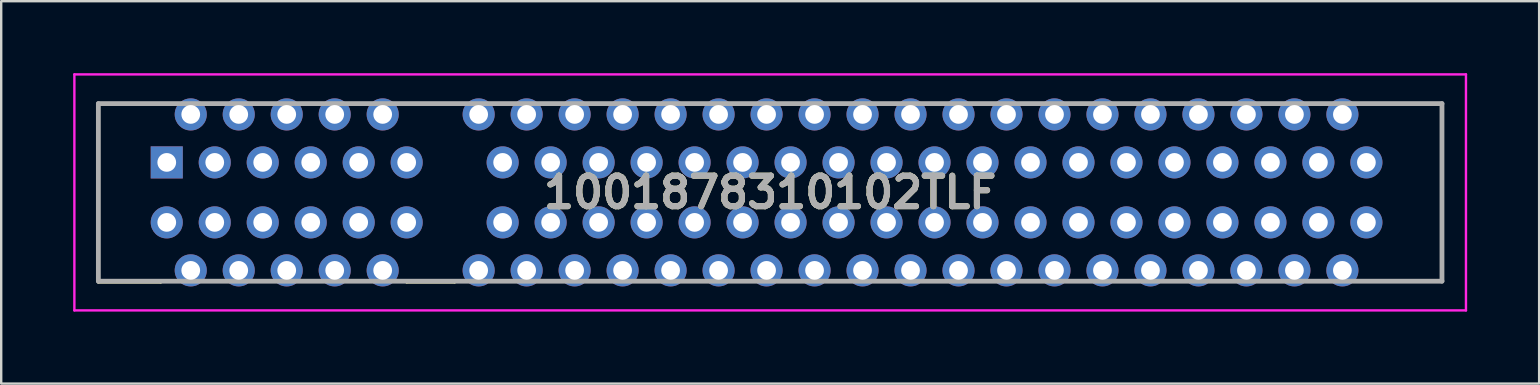
<source format=kicad_pcb>
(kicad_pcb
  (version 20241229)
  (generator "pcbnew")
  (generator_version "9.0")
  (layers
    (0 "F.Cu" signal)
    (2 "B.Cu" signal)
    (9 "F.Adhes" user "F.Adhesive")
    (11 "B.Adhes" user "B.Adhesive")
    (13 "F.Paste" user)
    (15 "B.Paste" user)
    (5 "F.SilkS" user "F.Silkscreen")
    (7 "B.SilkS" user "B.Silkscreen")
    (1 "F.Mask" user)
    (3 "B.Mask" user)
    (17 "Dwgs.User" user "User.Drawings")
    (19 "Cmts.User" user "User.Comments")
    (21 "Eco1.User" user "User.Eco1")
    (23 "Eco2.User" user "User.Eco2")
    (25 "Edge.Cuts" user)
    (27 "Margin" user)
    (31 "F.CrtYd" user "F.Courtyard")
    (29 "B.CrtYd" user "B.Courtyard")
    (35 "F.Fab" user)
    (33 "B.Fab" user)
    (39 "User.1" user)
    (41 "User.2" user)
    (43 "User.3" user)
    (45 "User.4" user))
  (footprint "1001878310102TLF"
    (layer "F.Cu")
    (at 3.9 3.719)
    (property "Reference" "1001878310102TLF" (at 25.15 1.25 0) (layer "F.SilkS") (effects (font (size 1.27 1.27) (thickness 0.254))))
    (attr through_hole)
    (fp_line (start -2.85 -2.45) (end -2.85 -2.45) (stroke (width 0.1) (type solid)) (layer "F.SilkS"))
    (fp_line (start -2.85 -2.45) (end -2.85 -2.45) (stroke (width 0.1) (type solid)) (layer "F.SilkS"))
    (fp_line (start -2.85 -2.45) (end -2.85 4.95) (stroke (width 0.1) (type solid)) (layer "F.SilkS"))
    (fp_line (start -2.85 -2.45) (end -0.5 -2.45) (stroke (width 0.1) (type solid)) (layer "F.SilkS"))
    (fp_line (start -2.85 4.95) (end -2.85 -2.45) (stroke (width 0.1) (type solid)) (layer "F.SilkS"))
    (fp_line (start -2.85 4.95) (end -2.85 4.95) (stroke (width 0.1) (type solid)) (layer "F.SilkS"))
    (fp_line (start -2.85 4.95) (end -0.25 4.95) (stroke (width 0.1) (type solid)) (layer "F.SilkS"))
    (fp_line (start -2.85 5) (end -2.85 4.95) (stroke (width 0.1) (type solid)) (layer "F.SilkS"))
    (fp_line (start -0.5 -2.45) (end -2.85 -2.45) (stroke (width 0.1) (type solid)) (layer "F.SilkS"))
    (fp_line (start -0.5 -2.45) (end -0.5 -2.45) (stroke (width 0.1) (type solid)) (layer "F.SilkS"))
    (fp_line (start -0.25 4.95) (end -0.25 5) (stroke (width 0.1) (type solid)) (layer "F.SilkS"))
    (fp_line (start -0.25 5) (end -2.85 5) (stroke (width 0.1) (type solid)) (layer "F.SilkS"))
    (fp_line (start 10 4.95) (end 10 5) (stroke (width 0.1) (type solid)) (layer "F.SilkS"))
    (fp_line (start 10 5) (end 12 5) (stroke (width 0.1) (type solid)) (layer "F.SilkS"))
    (fp_line (start 10.25 -2.45) (end 10.25 -2.45) (stroke (width 0.1) (type solid)) (layer "F.SilkS"))
    (fp_line (start 10.25 -2.45) (end 12 -2.45) (stroke (width 0.1) (type solid)) (layer "F.SilkS"))
    (fp_line (start 12 -2.45) (end 10.25 -2.45) (stroke (width 0.1) (type solid)) (layer "F.SilkS"))
    (fp_line (start 12 -2.45) (end 12 -2.45) (stroke (width 0.1) (type solid)) (layer "F.SilkS"))
    (fp_line (start 12 4.95) (end 10 4.95) (stroke (width 0.1) (type solid)) (layer "F.SilkS"))
    (fp_line (start 12 5) (end 12 4.95) (stroke (width 0.1) (type solid)) (layer "F.SilkS"))
    (fp_line (start 50 -2.45) (end 50 -2.45) (stroke (width 0.1) (type solid)) (layer "F.SilkS"))
    (fp_line (start 50 -2.45) (end 53.15 -2.45) (stroke (width 0.1) (type solid)) (layer "F.SilkS"))
    (fp_line (start 50 4.95) (end 50 4.95) (stroke (width 0.1) (type solid)) (layer "F.SilkS"))
    (fp_line (start 50 4.95) (end 53.15 4.95) (stroke (width 0.1) (type solid)) (layer "F.SilkS"))
    (fp_line (start 53.15 -2.45) (end 50 -2.45) (stroke (width 0.1) (type solid)) (layer "F.SilkS"))
    (fp_line (start 53.15 -2.45) (end 53.15 -2.45) (stroke (width 0.1) (type solid)) (layer "F.SilkS"))
    (fp_line (start 53.15 -2.45) (end 53.15 -2.45) (stroke (width 0.1) (type solid)) (layer "F.SilkS"))
    (fp_line (start 53.15 -2.45) (end 53.15 0.25) (stroke (width 0.1) (type solid)) (layer "F.SilkS"))
    (fp_line (start 53.15 0.25) (end 53.15 -2.45) (stroke (width 0.1) (type solid)) (layer "F.SilkS"))
    (fp_line (start 53.15 0.25) (end 53.15 0.25) (stroke (width 0.1) (type solid)) (layer "F.SilkS"))
    (fp_line (start 53.15 2.5) (end 53.15 2.5) (stroke (width 0.1) (type solid)) (layer "F.SilkS"))
    (fp_line (start 53.15 2.5) (end 53.15 4.95) (stroke (width 0.1) (type solid)) (layer "F.SilkS"))
    (fp_line (start 53.15 4.95) (end 50 4.95) (stroke (width 0.1) (type solid)) (layer "F.SilkS"))
    (fp_line (start 53.15 4.95) (end 53.15 2.5) (stroke (width 0.1) (type solid)) (layer "F.SilkS"))
    (fp_line (start 53.15 4.95) (end 53.15 4.95) (stroke (width 0.1) (type solid)) (layer "F.SilkS"))
    (fp_line (start 53.15 4.95) (end 53.15 4.95) (stroke (width 0.1) (type solid)) (layer "F.SilkS"))
    (fp_line (start -3.85 -3.669) (end 54.15 -3.669) (stroke (width 0.1) (type solid)) (layer "F.CrtYd"))
    (fp_line (start -3.85 6.169) (end -3.85 -3.669) (stroke (width 0.1) (type solid)) (layer "F.CrtYd"))
    (fp_line (start 54.15 -3.669) (end 54.15 6.169) (stroke (width 0.1) (type solid)) (layer "F.CrtYd"))
    (fp_line (start 54.15 6.169) (end -3.85 6.169) (stroke (width 0.1) (type solid)) (layer "F.CrtYd"))
    (fp_line (start -2.85 -2.45) (end -2.85 4.95) (stroke (width 0.2) (type solid)) (layer "F.Fab"))
    (fp_line (start -2.85 4.95) (end 53.15 4.95) (stroke (width 0.2) (type solid)) (layer "F.Fab"))
    (fp_line (start 53.15 -2.45) (end -2.85 -2.45) (stroke (width 0.2) (type solid)) (layer "F.Fab"))
    (fp_line (start 53.15 4.95) (end 53.15 -2.45) (stroke (width 0.2) (type solid)) (layer "F.Fab"))
    (fp_text user "${REFERENCE}" (at 25.15 1.25 0) (layer "F.Fab") (effects (font (size 1.27 1.27) (thickness 0.254))))
    (pad "" np_thru_hole circle (at 11.65 1.25) (size 0.001 0.001) (drill 2.4) (layers "*.Cu" "*.Mask"))
    (pad "" np_thru_hole circle (at 51.8 1.25) (size 0.001 0.001) (drill 2.4) (layers "*.Cu" "*.Mask"))
    (pad "A1" thru_hole rect (at 0 0) (size 1.337 1.337) (drill 0.78) (layers "*.Cu" "*.Mask"))
    (pad "A2" thru_hole circle (at 1 -2) (size 1.337 1.337) (drill 0.78) (layers "*.Cu" "*.Mask"))
    (pad "A3" thru_hole circle (at 2 0) (size 1.337 1.337) (drill 0.78) (layers "*.Cu" "*.Mask"))
    (pad "A4" thru_hole circle (at 3 -2) (size 1.337 1.337) (drill 0.78) (layers "*.Cu" "*.Mask"))
    (pad "A5" thru_hole circle (at 4 0) (size 1.337 1.337) (drill 0.78) (layers "*.Cu" "*.Mask"))
    (pad "A6" thru_hole circle (at 5 -2) (size 1.337 1.337) (drill 0.78) (layers "*.Cu" "*.Mask"))
    (pad "A7" thru_hole circle (at 6 0) (size 1.337 1.337) (drill 0.78) (layers "*.Cu" "*.Mask"))
    (pad "A8" thru_hole circle (at 7 -2) (size 1.337 1.337) (drill 0.78) (layers "*.Cu" "*.Mask"))
    (pad "A9" thru_hole circle (at 8 0) (size 1.337 1.337) (drill 0.78) (layers "*.Cu" "*.Mask"))
    (pad "A10" thru_hole circle (at 9 -2) (size 1.337 1.337) (drill 0.78) (layers "*.Cu" "*.Mask"))
    (pad "A11" thru_hole circle (at 10 0) (size 1.337 1.337) (drill 0.78) (layers "*.Cu" "*.Mask"))
    (pad "A12" thru_hole circle (at 13 -2) (size 1.337 1.337) (drill 0.78) (layers "*.Cu" "*.Mask"))
    (pad "A13" thru_hole circle (at 14 0) (size 1.337 1.337) (drill 0.78) (layers "*.Cu" "*.Mask"))
    (pad "A14" thru_hole circle (at 15 -2) (size 1.337 1.337) (drill 0.78) (layers "*.Cu" "*.Mask"))
    (pad "A15" thru_hole circle (at 16 0) (size 1.337 1.337) (drill 0.78) (layers "*.Cu" "*.Mask"))
    (pad "A16" thru_hole circle (at 17 -2) (size 1.337 1.337) (drill 0.78) (layers "*.Cu" "*.Mask"))
    (pad "A17" thru_hole circle (at 18 0) (size 1.337 1.337) (drill 0.78) (layers "*.Cu" "*.Mask"))
    (pad "A18" thru_hole circle (at 19 -2) (size 1.337 1.337) (drill 0.78) (layers "*.Cu" "*.Mask"))
    (pad "A19" thru_hole circle (at 20 0) (size 1.337 1.337) (drill 0.78) (layers "*.Cu" "*.Mask"))
    (pad "A20" thru_hole circle (at 21 -2) (size 1.337 1.337) (drill 0.78) (layers "*.Cu" "*.Mask"))
    (pad "A21" thru_hole circle (at 22 0) (size 1.337 1.337) (drill 0.78) (layers "*.Cu" "*.Mask"))
    (pad "A22" thru_hole circle (at 23 -2) (size 1.337 1.337) (drill 0.78) (layers "*.Cu" "*.Mask"))
    (pad "A23" thru_hole circle (at 24 0) (size 1.337 1.337) (drill 0.78) (layers "*.Cu" "*.Mask"))
    (pad "A24" thru_hole circle (at 25 -2) (size 1.337 1.337) (drill 0.78) (layers "*.Cu" "*.Mask"))
    (pad "A25" thru_hole circle (at 26 0) (size 1.337 1.337) (drill 0.78) (layers "*.Cu" "*.Mask"))
    (pad "A26" thru_hole circle (at 27 -2) (size 1.337 1.337) (drill 0.78) (layers "*.Cu" "*.Mask"))
    (pad "A27" thru_hole circle (at 28 0) (size 1.337 1.337) (drill 0.78) (layers "*.Cu" "*.Mask"))
    (pad "A28" thru_hole circle (at 29 -2) (size 1.337 1.337) (drill 0.78) (layers "*.Cu" "*.Mask"))
    (pad "A29" thru_hole circle (at 30 0) (size 1.337 1.337) (drill 0.78) (layers "*.Cu" "*.Mask"))
    (pad "A30" thru_hole circle (at 31 -2) (size 1.337 1.337) (drill 0.78) (layers "*.Cu" "*.Mask"))
    (pad "A31" thru_hole circle (at 32 0) (size 1.337 1.337) (drill 0.78) (layers "*.Cu" "*.Mask"))
    (pad "A32" thru_hole circle (at 33 -2) (size 1.337 1.337) (drill 0.78) (layers "*.Cu" "*.Mask"))
    (pad "A33" thru_hole circle (at 34 0) (size 1.337 1.337) (drill 0.78) (layers "*.Cu" "*.Mask"))
    (pad "A34" thru_hole circle (at 35 -2) (size 1.337 1.337) (drill 0.78) (layers "*.Cu" "*.Mask"))
    (pad "A35" thru_hole circle (at 36 0) (size 1.337 1.337) (drill 0.78) (layers "*.Cu" "*.Mask"))
    (pad "A36" thru_hole circle (at 37 -2) (size 1.337 1.337) (drill 0.78) (layers "*.Cu" "*.Mask"))
    (pad "A37" thru_hole circle (at 38 0) (size 1.337 1.337) (drill 0.78) (layers "*.Cu" "*.Mask"))
    (pad "A38" thru_hole circle (at 39 -2) (size 1.337 1.337) (drill 0.78) (layers "*.Cu" "*.Mask"))
    (pad "A39" thru_hole circle (at 40 0) (size 1.337 1.337) (drill 0.78) (layers "*.Cu" "*.Mask"))
    (pad "A40" thru_hole circle (at 41 -2) (size 1.337 1.337) (drill 0.78) (layers "*.Cu" "*.Mask"))
    (pad "A41" thru_hole circle (at 42 0) (size 1.337 1.337) (drill 0.78) (layers "*.Cu" "*.Mask"))
    (pad "A42" thru_hole circle (at 43 -2) (size 1.337 1.337) (drill 0.78) (layers "*.Cu" "*.Mask"))
    (pad "A43" thru_hole circle (at 44 0) (size 1.337 1.337) (drill 0.78) (layers "*.Cu" "*.Mask"))
    (pad "A44" thru_hole circle (at 45 -2) (size 1.337 1.337) (drill 0.78) (layers "*.Cu" "*.Mask"))
    (pad "A45" thru_hole circle (at 46 0) (size 1.337 1.337) (drill 0.78) (layers "*.Cu" "*.Mask"))
    (pad "A46" thru_hole circle (at 47 -2) (size 1.337 1.337) (drill 0.78) (layers "*.Cu" "*.Mask"))
    (pad "A47" thru_hole circle (at 48 0) (size 1.337 1.337) (drill 0.78) (layers "*.Cu" "*.Mask"))
    (pad "A48" thru_hole circle (at 49 -2) (size 1.337 1.337) (drill 0.78) (layers "*.Cu" "*.Mask"))
    (pad "A49" thru_hole circle (at 50 0) (size 1.337 1.337) (drill 0.78) (layers "*.Cu" "*.Mask"))
    (pad "B1" thru_hole circle (at 0 2.5) (size 1.337 1.337) (drill 0.78) (layers "*.Cu" "*.Mask"))
    (pad "B2" thru_hole circle (at 1 4.5) (size 1.337 1.337) (drill 0.78) (layers "*.Cu" "*.Mask"))
    (pad "B3" thru_hole circle (at 2 2.5) (size 1.337 1.337) (drill 0.78) (layers "*.Cu" "*.Mask"))
    (pad "B4" thru_hole circle (at 3 4.5) (size 1.337 1.337) (drill 0.78) (layers "*.Cu" "*.Mask"))
    (pad "B5" thru_hole circle (at 4 2.5) (size 1.337 1.337) (drill 0.78) (layers "*.Cu" "*.Mask"))
    (pad "B6" thru_hole circle (at 5 4.5) (size 1.337 1.337) (drill 0.78) (layers "*.Cu" "*.Mask"))
    (pad "B7" thru_hole circle (at 6 2.5) (size 1.337 1.337) (drill 0.78) (layers "*.Cu" "*.Mask"))
    (pad "B8" thru_hole circle (at 7 4.5) (size 1.337 1.337) (drill 0.78) (layers "*.Cu" "*.Mask"))
    (pad "B9" thru_hole circle (at 8 2.5) (size 1.337 1.337) (drill 0.78) (layers "*.Cu" "*.Mask"))
    (pad "B10" thru_hole circle (at 9 4.5) (size 1.337 1.337) (drill 0.78) (layers "*.Cu" "*.Mask"))
    (pad "B11" thru_hole circle (at 10 2.5) (size 1.337 1.337) (drill 0.78) (layers "*.Cu" "*.Mask"))
    (pad "B12" thru_hole circle (at 13 4.5) (size 1.337 1.337) (drill 0.78) (layers "*.Cu" "*.Mask"))
    (pad "B13" thru_hole circle (at 14 2.5) (size 1.337 1.337) (drill 0.78) (layers "*.Cu" "*.Mask"))
    (pad "B14" thru_hole circle (at 15 4.5) (size 1.337 1.337) (drill 0.78) (layers "*.Cu" "*.Mask"))
    (pad "B15" thru_hole circle (at 16 2.5) (size 1.337 1.337) (drill 0.78) (layers "*.Cu" "*.Mask"))
    (pad "B16" thru_hole circle (at 17 4.5) (size 1.337 1.337) (drill 0.78) (layers "*.Cu" "*.Mask"))
    (pad "B17" thru_hole circle (at 18 2.5) (size 1.337 1.337) (drill 0.78) (layers "*.Cu" "*.Mask"))
    (pad "B18" thru_hole circle (at 19 4.5) (size 1.337 1.337) (drill 0.78) (layers "*.Cu" "*.Mask"))
    (pad "B19" thru_hole circle (at 20 2.5) (size 1.337 1.337) (drill 0.78) (layers "*.Cu" "*.Mask"))
    (pad "B20" thru_hole circle (at 21 4.5) (size 1.337 1.337) (drill 0.78) (layers "*.Cu" "*.Mask"))
    (pad "B21" thru_hole circle (at 22 2.5) (size 1.337 1.337) (drill 0.78) (layers "*.Cu" "*.Mask"))
    (pad "B22" thru_hole circle (at 23 4.5) (size 1.337 1.337) (drill 0.78) (layers "*.Cu" "*.Mask"))
    (pad "B23" thru_hole circle (at 24 2.5) (size 1.337 1.337) (drill 0.78) (layers "*.Cu" "*.Mask"))
    (pad "B24" thru_hole circle (at 25 4.5) (size 1.337 1.337) (drill 0.78) (layers "*.Cu" "*.Mask"))
    (pad "B25" thru_hole circle (at 26 2.5) (size 1.337 1.337) (drill 0.78) (layers "*.Cu" "*.Mask"))
    (pad "B26" thru_hole circle (at 27 4.5) (size 1.337 1.337) (drill 0.78) (layers "*.Cu" "*.Mask"))
    (pad "B27" thru_hole circle (at 28 2.5) (size 1.337 1.337) (drill 0.78) (layers "*.Cu" "*.Mask"))
    (pad "B28" thru_hole circle (at 29 4.5) (size 1.337 1.337) (drill 0.78) (layers "*.Cu" "*.Mask"))
    (pad "B29" thru_hole circle (at 30 2.5) (size 1.337 1.337) (drill 0.78) (layers "*.Cu" "*.Mask"))
    (pad "B30" thru_hole circle (at 31 4.5) (size 1.337 1.337) (drill 0.78) (layers "*.Cu" "*.Mask"))
    (pad "B31" thru_hole circle (at 32 2.5) (size 1.337 1.337) (drill 0.78) (layers "*.Cu" "*.Mask"))
    (pad "B32" thru_hole circle (at 33 4.5) (size 1.337 1.337) (drill 0.78) (layers "*.Cu" "*.Mask"))
    (pad "B33" thru_hole circle (at 34 2.5) (size 1.337 1.337) (drill 0.78) (layers "*.Cu" "*.Mask"))
    (pad "B34" thru_hole circle (at 35 4.5) (size 1.337 1.337) (drill 0.78) (layers "*.Cu" "*.Mask"))
    (pad "B35" thru_hole circle (at 36 2.5) (size 1.337 1.337) (drill 0.78) (layers "*.Cu" "*.Mask"))
    (pad "B36" thru_hole circle (at 37 4.5) (size 1.337 1.337) (drill 0.78) (layers "*.Cu" "*.Mask"))
    (pad "B37" thru_hole circle (at 38 2.5) (size 1.337 1.337) (drill 0.78) (layers "*.Cu" "*.Mask"))
    (pad "B38" thru_hole circle (at 39 4.5) (size 1.337 1.337) (drill 0.78) (layers "*.Cu" "*.Mask"))
    (pad "B39" thru_hole circle (at 40 2.5) (size 1.337 1.337) (drill 0.78) (layers "*.Cu" "*.Mask"))
    (pad "B40" thru_hole circle (at 41 4.5) (size 1.337 1.337) (drill 0.78) (layers "*.Cu" "*.Mask"))
    (pad "B41" thru_hole circle (at 42 2.5) (size 1.337 1.337) (drill 0.78) (layers "*.Cu" "*.Mask"))
    (pad "B42" thru_hole circle (at 43 4.5) (size 1.337 1.337) (drill 0.78) (layers "*.Cu" "*.Mask"))
    (pad "B43" thru_hole circle (at 44 2.5) (size 1.337 1.337) (drill 0.78) (layers "*.Cu" "*.Mask"))
    (pad "B44" thru_hole circle (at 45 4.5) (size 1.337 1.337) (drill 0.78) (layers "*.Cu" "*.Mask"))
    (pad "B45" thru_hole circle (at 46 2.5) (size 1.337 1.337) (drill 0.78) (layers "*.Cu" "*.Mask"))
    (pad "B46" thru_hole circle (at 47 4.5) (size 1.337 1.337) (drill 0.78) (layers "*.Cu" "*.Mask"))
    (pad "B47" thru_hole circle (at 48 2.5) (size 1.337 1.337) (drill 0.78) (layers "*.Cu" "*.Mask"))
    (pad "B48" thru_hole circle (at 49 4.5) (size 1.337 1.337) (drill 0.78) (layers "*.Cu" "*.Mask"))
    (pad "B49" thru_hole circle (at 50 2.5) (size 1.337 1.337) (drill 0.78) (layers "*.Cu" "*.Mask")))
  (gr_rect
    (start -3 -3)
    (end 61.1 12.938)
    (stroke (width 0.1) (type default))
    (fill no)
    (layer "Edge.Cuts")))
</source>
